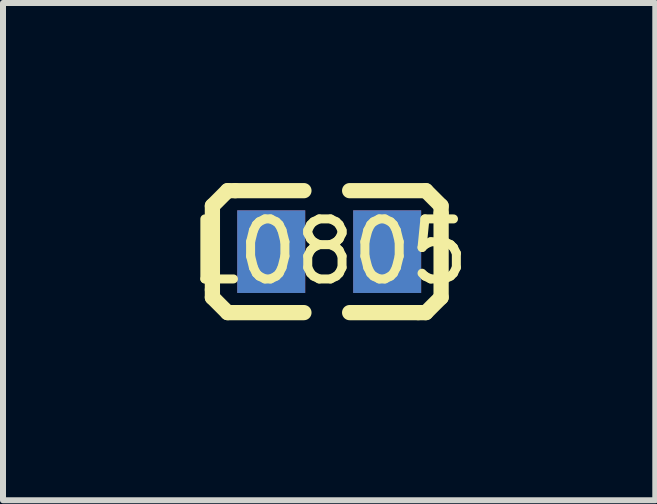
<source format=kicad_pcb>
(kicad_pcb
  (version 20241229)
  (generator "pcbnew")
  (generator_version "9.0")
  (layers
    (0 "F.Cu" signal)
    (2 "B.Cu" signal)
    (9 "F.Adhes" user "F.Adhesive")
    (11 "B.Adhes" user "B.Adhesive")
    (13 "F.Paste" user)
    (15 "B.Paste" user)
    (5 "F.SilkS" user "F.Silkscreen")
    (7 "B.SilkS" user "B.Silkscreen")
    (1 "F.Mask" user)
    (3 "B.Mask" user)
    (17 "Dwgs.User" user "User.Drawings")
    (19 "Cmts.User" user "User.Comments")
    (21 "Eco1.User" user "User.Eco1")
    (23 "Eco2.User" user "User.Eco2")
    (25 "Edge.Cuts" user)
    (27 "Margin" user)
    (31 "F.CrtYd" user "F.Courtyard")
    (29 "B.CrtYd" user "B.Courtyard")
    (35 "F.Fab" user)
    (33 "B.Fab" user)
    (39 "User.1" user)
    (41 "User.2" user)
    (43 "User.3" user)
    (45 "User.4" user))
  (footprint "L0805"
    (layer "F.Cu")
    (at 2.435 1.143)
    (property "Reference" "L0805" (at 0 0 0) (layer "F.SilkS") (effects (font (size 1 1) (thickness 0.15))))
    (fp_line (start -1.946 -0.762) (end -1.946 0.635) (stroke (width 0.254) (type default)) (layer "F.SilkS"))
    (fp_line (start -1.946 0.635) (end -1.946 0.762) (stroke (width 0.254) (type default)) (layer "F.SilkS"))
    (fp_line (start -1.946 0.762) (end -1.692 1.016) (stroke (width 0.254) (type default)) (layer "F.SilkS"))
    (fp_line (start -1.692 -1.016) (end -1.946 -0.762) (stroke (width 0.254) (type default)) (layer "F.SilkS"))
    (fp_line (start -1.692 1.016) (end -0.421 1.016) (stroke (width 0.254) (type default)) (layer "F.SilkS"))
    (fp_line (start -1.565 -1.016) (end -1.692 -1.016) (stroke (width 0.254) (type default)) (layer "F.SilkS"))
    (fp_line (start -0.421 -1.016) (end -1.565 -1.016) (stroke (width 0.254) (type default)) (layer "F.SilkS"))
    (fp_line (start 0.341 1.016) (end 1.484 1.016) (stroke (width 0.254) (type default)) (layer "F.SilkS"))
    (fp_line (start 1.484 1.016) (end 1.611 1.016) (stroke (width 0.254) (type default)) (layer "F.SilkS"))
    (fp_line (start 1.611 -1.016) (end 0.341 -1.016) (stroke (width 0.254) (type default)) (layer "F.SilkS"))
    (fp_line (start 1.611 1.016) (end 1.865 0.762) (stroke (width 0.254) (type default)) (layer "F.SilkS"))
    (fp_line (start 1.865 -0.762) (end 1.611 -1.016) (stroke (width 0.254) (type default)) (layer "F.SilkS"))
    (fp_line (start 1.865 -0.635) (end 1.865 -0.762) (stroke (width 0.254) (type default)) (layer "F.SilkS"))
    (fp_line (start 1.865 0.762) (end 1.865 -0.635) (stroke (width 0.254) (type default)) (layer "F.SilkS"))
    (fp_poly (pts (xy -0.36 0.22) (xy -0.36 -0.221) (xy -0.745 -0.689) (xy -1.433 -0.689) (xy -1.532 -0.589) (xy -1.532 0.589) (xy -1.433 0.689) (xy -0.745 0.689)) (stroke (width 0) (type default)) (fill yes) (layer "F.Paste"))
    (fp_poly (pts (xy 0.36 0.22) (xy 0.36 -0.221) (xy 0.745 -0.689) (xy 1.433 -0.689) (xy 1.532 -0.589) (xy 1.532 0.589) (xy 1.433 0.689) (xy 0.745 0.689)) (stroke (width 0) (type default)) (fill yes) (layer "F.Paste"))
    (fp_poly (pts (xy -1 0.637) (xy -1 -0.637) (xy -0.6 -0.637) (xy -0.6 0.637)) (stroke (width 0.1) (type default)) (fill no) (layer "User.1"))
    (fp_poly (pts (xy 1 0.637) (xy 1 -0.637) (xy 0.6 -0.637) (xy 0.6 0.637)) (stroke (width 0.1) (type default)) (fill no) (layer "User.1"))
    (fp_line (start -1 -0.637) (end 1 -0.637) (stroke (width 0.051) (type default)) (layer "User.2"))
    (fp_line (start -1 0.637) (end -1 -0.637) (stroke (width 0.051) (type default)) (layer "User.2"))
    (fp_line (start 1 -0.637) (end 1 0.637) (stroke (width 0.051) (type default)) (layer "User.2"))
    (fp_line (start 1 0.637) (end -1 0.637) (stroke (width 0.051) (type default)) (layer "User.2"))
    (fp_poly (pts (xy -0.945 0.615) (xy -0.977 0.582) (xy -1.023 0.582) (xy -1.055 0.615) (xy -1.055 0.66) (xy -1.023 0.693) (xy -0.977 0.693) (xy -0.945 0.66)) (stroke (width 0.1) (type default)) (fill no) (layer "User.3"))
    (pad "1" thru_hole rect (at -0.966 0) (size 1.133 1.377) (drill 0.000001) (layers "*.Cu" "*.Mask"))
    (pad "2" thru_hole rect (at 0.966 0) (size 1.133 1.377) (drill 0.000001) (layers "*.Cu" "*.Mask")))
  (gr_rect
    (start -3 -3)
    (end 7.869 5.286)
    (stroke (width 0.1) (type default))
    (fill no)
    (layer "Edge.Cuts")))
</source>
